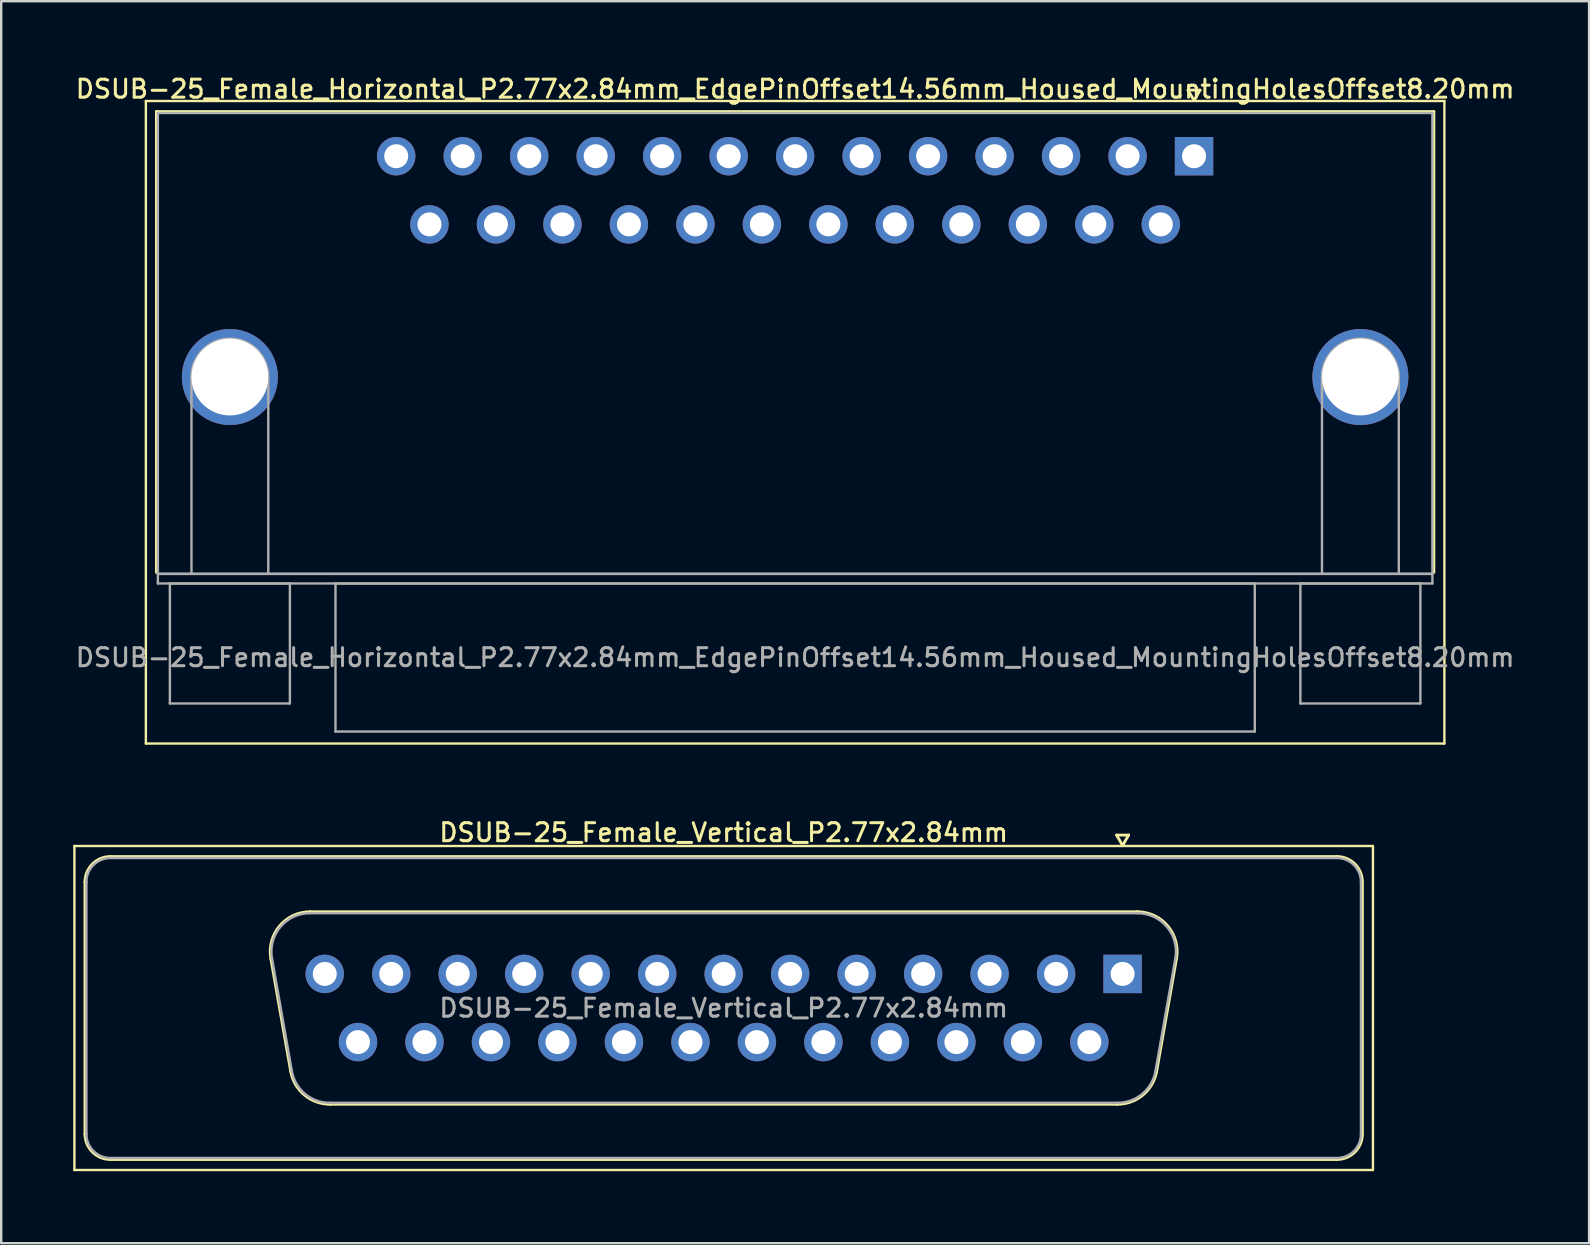
<source format=kicad_pcb>
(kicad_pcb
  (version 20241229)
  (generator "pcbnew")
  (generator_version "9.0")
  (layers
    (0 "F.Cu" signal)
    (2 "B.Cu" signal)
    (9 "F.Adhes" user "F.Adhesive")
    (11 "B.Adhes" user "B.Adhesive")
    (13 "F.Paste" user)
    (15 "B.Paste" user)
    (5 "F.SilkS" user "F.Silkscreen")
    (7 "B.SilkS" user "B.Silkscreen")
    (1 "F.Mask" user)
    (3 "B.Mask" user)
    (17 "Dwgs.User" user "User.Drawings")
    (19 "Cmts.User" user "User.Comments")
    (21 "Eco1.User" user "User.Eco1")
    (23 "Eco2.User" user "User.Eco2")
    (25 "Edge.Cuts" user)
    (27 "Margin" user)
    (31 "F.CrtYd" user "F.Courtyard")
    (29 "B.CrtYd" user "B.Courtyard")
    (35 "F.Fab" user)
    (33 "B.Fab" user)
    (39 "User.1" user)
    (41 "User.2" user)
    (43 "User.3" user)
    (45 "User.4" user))
  (footprint "DSUB-25_Female_Vertical_P2.77x2.84mm"
    (layer "F.Cu")
    (at 43.72 37.526)
    (property "Reference" "DSUB-25_Female_Vertical_P2.77x2.84mm" (at -16.62 -5.89 0) (layer "F.SilkS") (effects (font (size 0.75 0.75) (thickness 0.125))))
    (attr through_hole)
    (fp_line (start -43.67 -5.33) (end -43.67 8.17) (stroke (width 0.1) (type solid)) (layer "F.SilkS"))
    (fp_line (start -43.67 8.17) (end 10.43 8.17) (stroke (width 0.1) (type solid)) (layer "F.SilkS"))
    (fp_line (start -43.23 6.67) (end -43.23 -3.83) (stroke (width 0.12) (type solid)) (layer "F.SilkS"))
    (fp_line (start -42.17 -4.89) (end 8.93 -4.89) (stroke (width 0.12) (type solid)) (layer "F.SilkS"))
    (fp_line (start -35.486 -0.642) (end -34.658 4.058) (stroke (width 0.12) (type solid)) (layer "F.SilkS"))
    (fp_line (start -33.852 -2.59) (end 0.612 -2.59) (stroke (width 0.12) (type solid)) (layer "F.SilkS"))
    (fp_line (start -33.023 5.43) (end -0.217 5.43) (stroke (width 0.12) (type solid)) (layer "F.SilkS"))
    (fp_line (start -0.25 -5.784) (end 0.25 -5.784) (stroke (width 0.12) (type solid)) (layer "F.SilkS"))
    (fp_line (start 0 -5.351) (end -0.25 -5.784) (stroke (width 0.12) (type solid)) (layer "F.SilkS"))
    (fp_line (start 0.25 -5.784) (end 0 -5.351) (stroke (width 0.12) (type solid)) (layer "F.SilkS"))
    (fp_line (start 2.246 -0.642) (end 1.418 4.058) (stroke (width 0.12) (type solid)) (layer "F.SilkS"))
    (fp_line (start 8.93 7.73) (end -42.17 7.73) (stroke (width 0.12) (type solid)) (layer "F.SilkS"))
    (fp_line (start 9.99 -3.83) (end 9.99 6.67) (stroke (width 0.12) (type solid)) (layer "F.SilkS"))
    (fp_line (start 10.43 -5.33) (end -43.67 -5.33) (stroke (width 0.1) (type solid)) (layer "F.SilkS"))
    (fp_line (start 10.43 8.17) (end 10.43 -5.33) (stroke (width 0.1) (type solid)) (layer "F.SilkS"))
    (fp_arc (start -43.23 -3.83) (mid -42.919533 -4.579533) (end -42.17 -4.89) (stroke (width 0.12) (type solid)) (layer "F.SilkS"))
    (fp_arc (start -42.17 7.73) (mid -42.919533 7.419533) (end -43.23 6.67) (stroke (width 0.12) (type solid)) (layer "F.SilkS"))
    (fp_arc (start -35.48647 -0.641744) (mid -35.123323 -1.997027) (end -33.851689 -2.59) (stroke (width 0.12) (type solid)) (layer "F.SilkS"))
    (fp_arc (start -33.022952 5.43) (mid -34.08998 5.041634) (end -34.657733 4.058256) (stroke (width 0.12) (type solid)) (layer "F.SilkS"))
    (fp_arc (start 0.611689 -2.59) (mid 1.883323 -1.997027) (end 2.24647 -0.641744) (stroke (width 0.12) (type solid)) (layer "F.SilkS"))
    (fp_arc (start 1.417733 4.058256) (mid 0.84998 5.041634) (end -0.217048 5.43) (stroke (width 0.12) (type solid)) (layer "F.SilkS"))
    (fp_arc (start 8.93 -4.89) (mid 9.679533 -4.579533) (end 9.99 -3.83) (stroke (width 0.12) (type solid)) (layer "F.SilkS"))
    (fp_arc (start 9.99 6.67) (mid 9.679533 7.419533) (end 8.93 7.73) (stroke (width 0.12) (type solid)) (layer "F.SilkS"))
    (fp_line (start -43.17 6.67) (end -43.17 -3.83) (stroke (width 0.1) (type solid)) (layer "F.Fab"))
    (fp_line (start -42.17 -4.83) (end 8.93 -4.83) (stroke (width 0.1) (type solid)) (layer "F.Fab"))
    (fp_line (start -35.439 -0.652) (end -34.61 4.048) (stroke (width 0.1) (type solid)) (layer "F.Fab"))
    (fp_line (start -33.863 -2.53) (end 0.623 -2.53) (stroke (width 0.1) (type solid)) (layer "F.Fab"))
    (fp_line (start -33.034 5.37) (end -0.206 5.37) (stroke (width 0.1) (type solid)) (layer "F.Fab"))
    (fp_line (start 2.199 -0.652) (end 1.37 4.048) (stroke (width 0.1) (type solid)) (layer "F.Fab"))
    (fp_line (start 8.93 7.67) (end -42.17 7.67) (stroke (width 0.1) (type solid)) (layer "F.Fab"))
    (fp_line (start 9.93 -3.83) (end 9.93 6.67) (stroke (width 0.1) (type solid)) (layer "F.Fab"))
    (fp_arc (start -43.17 -3.83) (mid -42.877107 -4.537107) (end -42.17 -4.83) (stroke (width 0.1) (type solid)) (layer "F.Fab"))
    (fp_arc (start -42.17 7.67) (mid -42.877107 7.377107) (end -43.17 6.67) (stroke (width 0.1) (type solid)) (layer "F.Fab"))
    (fp_arc (start -35.438887 -0.652163) (mid -35.088865 -1.95846) (end -33.863194 -2.53) (stroke (width 0.1) (type solid)) (layer "F.Fab"))
    (fp_arc (start -33.034457 5.37) (mid -34.062918 4.995671) (end -34.61015 4.047837) (stroke (width 0.1) (type solid)) (layer "F.Fab"))
    (fp_arc (start 0.623194 -2.53) (mid 1.848865 -1.95846) (end 2.198887 -0.652163) (stroke (width 0.1) (type solid)) (layer "F.Fab"))
    (fp_arc (start 1.37015 4.047837) (mid 0.822918 4.995671) (end -0.205543 5.37) (stroke (width 0.1) (type solid)) (layer "F.Fab"))
    (fp_arc (start 8.93 -4.83) (mid 9.637107 -4.537107) (end 9.93 -3.83) (stroke (width 0.1) (type solid)) (layer "F.Fab"))
    (fp_arc (start 9.93 6.67) (mid 9.637107 7.377107) (end 8.93 7.67) (stroke (width 0.1) (type solid)) (layer "F.Fab"))
    (fp_text user "${REFERENCE}" (at -16.62 1.42 0) (layer "F.Fab") (effects (font (size 0.75 0.75) (thickness 0.125))))
    (pad "1" thru_hole rect (at 0 0) (size 1.6 1.6) (drill 1) (layers "*.Cu" "*.Mask"))
    (pad "2" thru_hole circle (at -2.77 0) (size 1.6 1.6) (drill 1) (layers "*.Cu" "*.Mask"))
    (pad "3" thru_hole circle (at -5.54 0) (size 1.6 1.6) (drill 1) (layers "*.Cu" "*.Mask"))
    (pad "4" thru_hole circle (at -8.31 0) (size 1.6 1.6) (drill 1) (layers "*.Cu" "*.Mask"))
    (pad "5" thru_hole circle (at -11.08 0) (size 1.6 1.6) (drill 1) (layers "*.Cu" "*.Mask"))
    (pad "6" thru_hole circle (at -13.85 0) (size 1.6 1.6) (drill 1) (layers "*.Cu" "*.Mask"))
    (pad "7" thru_hole circle (at -16.62 0) (size 1.6 1.6) (drill 1) (layers "*.Cu" "*.Mask"))
    (pad "8" thru_hole circle (at -19.39 0) (size 1.6 1.6) (drill 1) (layers "*.Cu" "*.Mask"))
    (pad "9" thru_hole circle (at -22.16 0) (size 1.6 1.6) (drill 1) (layers "*.Cu" "*.Mask"))
    (pad "10" thru_hole circle (at -24.93 0) (size 1.6 1.6) (drill 1) (layers "*.Cu" "*.Mask"))
    (pad "11" thru_hole circle (at -27.7 0) (size 1.6 1.6) (drill 1) (layers "*.Cu" "*.Mask"))
    (pad "12" thru_hole circle (at -30.47 0) (size 1.6 1.6) (drill 1) (layers "*.Cu" "*.Mask"))
    (pad "13" thru_hole circle (at -33.24 0) (size 1.6 1.6) (drill 1) (layers "*.Cu" "*.Mask"))
    (pad "14" thru_hole circle (at -1.385 2.84) (size 1.6 1.6) (drill 1) (layers "*.Cu" "*.Mask"))
    (pad "15" thru_hole circle (at -4.155 2.84) (size 1.6 1.6) (drill 1) (layers "*.Cu" "*.Mask"))
    (pad "16" thru_hole circle (at -6.925 2.84) (size 1.6 1.6) (drill 1) (layers "*.Cu" "*.Mask"))
    (pad "17" thru_hole circle (at -9.695 2.84) (size 1.6 1.6) (drill 1) (layers "*.Cu" "*.Mask"))
    (pad "18" thru_hole circle (at -12.465 2.84) (size 1.6 1.6) (drill 1) (layers "*.Cu" "*.Mask"))
    (pad "19" thru_hole circle (at -15.235 2.84) (size 1.6 1.6) (drill 1) (layers "*.Cu" "*.Mask"))
    (pad "20" thru_hole circle (at -18.005 2.84) (size 1.6 1.6) (drill 1) (layers "*.Cu" "*.Mask"))
    (pad "21" thru_hole circle (at -20.775 2.84) (size 1.6 1.6) (drill 1) (layers "*.Cu" "*.Mask"))
    (pad "22" thru_hole circle (at -23.545 2.84) (size 1.6 1.6) (drill 1) (layers "*.Cu" "*.Mask"))
    (pad "23" thru_hole circle (at -26.315 2.84) (size 1.6 1.6) (drill 1) (layers "*.Cu" "*.Mask"))
    (pad "24" thru_hole circle (at -29.085 2.84) (size 1.6 1.6) (drill 1) (layers "*.Cu" "*.Mask"))
    (pad "25" thru_hole circle (at -31.855 2.84) (size 1.6 1.6) (drill 1) (layers "*.Cu" "*.Mask")))
  (footprint "DSUB-25_Female_Horizontal_P2.77x2.84mm_EdgePinOffset14.56mm_Housed_MountingHolesOffset8.20mm"
    (layer "F.Cu")
    (at 46.697 3.458)
    (property "Reference" "DSUB-25_Female_Horizontal_P2.77x2.84mm_EdgePinOffset14.56mm_Housed_MountingHolesOffset8.20mm" (at -16.62 -2.8 0) (layer "F.SilkS") (effects (font (size 0.75 0.75) (thickness 0.125))))
    (attr through_hole)
    (fp_line (start -43.67 -2.3) (end -43.67 24.47) (stroke (width 0.1) (type solid)) (layer "F.SilkS"))
    (fp_line (start -43.67 24.47) (end 10.43 24.47) (stroke (width 0.1) (type solid)) (layer "F.SilkS"))
    (fp_line (start -43.23 -1.86) (end 9.99 -1.86) (stroke (width 0.12) (type solid)) (layer "F.SilkS"))
    (fp_line (start -43.23 17.34) (end -43.23 -1.86) (stroke (width 0.12) (type solid)) (layer "F.SilkS"))
    (fp_line (start -0.25 -2.754) (end 0.25 -2.754) (stroke (width 0.12) (type solid)) (layer "F.SilkS"))
    (fp_line (start 0 -2.321) (end -0.25 -2.754) (stroke (width 0.12) (type solid)) (layer "F.SilkS"))
    (fp_line (start 0.25 -2.754) (end 0 -2.321) (stroke (width 0.12) (type solid)) (layer "F.SilkS"))
    (fp_line (start 9.99 -1.86) (end 9.99 17.34) (stroke (width 0.12) (type solid)) (layer "F.SilkS"))
    (fp_line (start 10.43 -2.3) (end -43.67 -2.3) (stroke (width 0.1) (type solid)) (layer "F.SilkS"))
    (fp_line (start 10.43 24.47) (end 10.43 -2.3) (stroke (width 0.1) (type solid)) (layer "F.SilkS"))
    (fp_line (start -43.17 -1.8) (end -43.17 17.4) (stroke (width 0.1) (type solid)) (layer "F.Fab"))
    (fp_line (start -43.17 17.4) (end -43.17 17.8) (stroke (width 0.1) (type solid)) (layer "F.Fab"))
    (fp_line (start -43.17 17.4) (end 9.93 17.4) (stroke (width 0.1) (type solid)) (layer "F.Fab"))
    (fp_line (start -43.17 17.8) (end 9.93 17.8) (stroke (width 0.1) (type solid)) (layer "F.Fab"))
    (fp_line (start -42.67 17.8) (end -42.67 22.8) (stroke (width 0.1) (type solid)) (layer "F.Fab"))
    (fp_line (start -42.67 22.8) (end -37.67 22.8) (stroke (width 0.1) (type solid)) (layer "F.Fab"))
    (fp_line (start -41.77 17.4) (end -41.77 9.2) (stroke (width 0.1) (type solid)) (layer "F.Fab"))
    (fp_line (start -38.57 17.4) (end -38.57 9.2) (stroke (width 0.1) (type solid)) (layer "F.Fab"))
    (fp_line (start -37.67 17.8) (end -42.67 17.8) (stroke (width 0.1) (type solid)) (layer "F.Fab"))
    (fp_line (start -37.67 22.8) (end -37.67 17.8) (stroke (width 0.1) (type solid)) (layer "F.Fab"))
    (fp_line (start -35.77 17.8) (end -35.77 23.97) (stroke (width 0.1) (type solid)) (layer "F.Fab"))
    (fp_line (start -35.77 23.97) (end 2.53 23.97) (stroke (width 0.1) (type solid)) (layer "F.Fab"))
    (fp_line (start 2.53 17.8) (end -35.77 17.8) (stroke (width 0.1) (type solid)) (layer "F.Fab"))
    (fp_line (start 2.53 23.97) (end 2.53 17.8) (stroke (width 0.1) (type solid)) (layer "F.Fab"))
    (fp_line (start 4.43 17.8) (end 4.43 22.8) (stroke (width 0.1) (type solid)) (layer "F.Fab"))
    (fp_line (start 4.43 22.8) (end 9.43 22.8) (stroke (width 0.1) (type solid)) (layer "F.Fab"))
    (fp_line (start 5.33 17.4) (end 5.33 9.2) (stroke (width 0.1) (type solid)) (layer "F.Fab"))
    (fp_line (start 8.53 17.4) (end 8.53 9.2) (stroke (width 0.1) (type solid)) (layer "F.Fab"))
    (fp_line (start 9.43 17.8) (end 4.43 17.8) (stroke (width 0.1) (type solid)) (layer "F.Fab"))
    (fp_line (start 9.43 22.8) (end 9.43 17.8) (stroke (width 0.1) (type solid)) (layer "F.Fab"))
    (fp_line (start 9.93 -1.8) (end -43.17 -1.8) (stroke (width 0.1) (type solid)) (layer "F.Fab"))
    (fp_line (start 9.93 17.4) (end -43.17 17.4) (stroke (width 0.1) (type solid)) (layer "F.Fab"))
    (fp_line (start 9.93 17.4) (end 9.93 -1.8) (stroke (width 0.1) (type solid)) (layer "F.Fab"))
    (fp_line (start 9.93 17.8) (end 9.93 17.4) (stroke (width 0.1) (type solid)) (layer "F.Fab"))
    (fp_arc (start -41.77 9.2) (mid -40.17 7.6) (end -38.57 9.2) (stroke (width 0.1) (type solid)) (layer "F.Fab"))
    (fp_arc (start 5.33 9.2) (mid 6.93 7.6) (end 8.53 9.2) (stroke (width 0.1) (type solid)) (layer "F.Fab"))
    (fp_text user "${REFERENCE}" (at -16.62 20.885 0) (layer "F.Fab") (effects (font (size 0.75 0.75) (thickness 0.125))))
    (pad "0" thru_hole circle (at -40.17 9.2) (size 4 4) (drill 3.2) (layers "*.Cu" "*.Mask"))
    (pad "0" thru_hole circle (at 6.93 9.2) (size 4 4) (drill 3.2) (layers "*.Cu" "*.Mask"))
    (pad "1" thru_hole rect (at 0 0) (size 1.6 1.6) (drill 1) (layers "*.Cu" "*.Mask"))
    (pad "2" thru_hole circle (at -2.77 0) (size 1.6 1.6) (drill 1) (layers "*.Cu" "*.Mask"))
    (pad "3" thru_hole circle (at -5.54 0) (size 1.6 1.6) (drill 1) (layers "*.Cu" "*.Mask"))
    (pad "4" thru_hole circle (at -8.31 0) (size 1.6 1.6) (drill 1) (layers "*.Cu" "*.Mask"))
    (pad "5" thru_hole circle (at -11.08 0) (size 1.6 1.6) (drill 1) (layers "*.Cu" "*.Mask"))
    (pad "6" thru_hole circle (at -13.85 0) (size 1.6 1.6) (drill 1) (layers "*.Cu" "*.Mask"))
    (pad "7" thru_hole circle (at -16.62 0) (size 1.6 1.6) (drill 1) (layers "*.Cu" "*.Mask"))
    (pad "8" thru_hole circle (at -19.39 0) (size 1.6 1.6) (drill 1) (layers "*.Cu" "*.Mask"))
    (pad "9" thru_hole circle (at -22.16 0) (size 1.6 1.6) (drill 1) (layers "*.Cu" "*.Mask"))
    (pad "10" thru_hole circle (at -24.93 0) (size 1.6 1.6) (drill 1) (layers "*.Cu" "*.Mask"))
    (pad "11" thru_hole circle (at -27.7 0) (size 1.6 1.6) (drill 1) (layers "*.Cu" "*.Mask"))
    (pad "12" thru_hole circle (at -30.47 0) (size 1.6 1.6) (drill 1) (layers "*.Cu" "*.Mask"))
    (pad "13" thru_hole circle (at -33.24 0) (size 1.6 1.6) (drill 1) (layers "*.Cu" "*.Mask"))
    (pad "14" thru_hole circle (at -1.385 2.84) (size 1.6 1.6) (drill 1) (layers "*.Cu" "*.Mask"))
    (pad "15" thru_hole circle (at -4.155 2.84) (size 1.6 1.6) (drill 1) (layers "*.Cu" "*.Mask"))
    (pad "16" thru_hole circle (at -6.925 2.84) (size 1.6 1.6) (drill 1) (layers "*.Cu" "*.Mask"))
    (pad "17" thru_hole circle (at -9.695 2.84) (size 1.6 1.6) (drill 1) (layers "*.Cu" "*.Mask"))
    (pad "18" thru_hole circle (at -12.465 2.84) (size 1.6 1.6) (drill 1) (layers "*.Cu" "*.Mask"))
    (pad "19" thru_hole circle (at -15.235 2.84) (size 1.6 1.6) (drill 1) (layers "*.Cu" "*.Mask"))
    (pad "20" thru_hole circle (at -18.005 2.84) (size 1.6 1.6) (drill 1) (layers "*.Cu" "*.Mask"))
    (pad "21" thru_hole circle (at -20.775 2.84) (size 1.6 1.6) (drill 1) (layers "*.Cu" "*.Mask"))
    (pad "22" thru_hole circle (at -23.545 2.84) (size 1.6 1.6) (drill 1) (layers "*.Cu" "*.Mask"))
    (pad "23" thru_hole circle (at -26.315 2.84) (size 1.6 1.6) (drill 1) (layers "*.Cu" "*.Mask"))
    (pad "24" thru_hole circle (at -29.085 2.84) (size 1.6 1.6) (drill 1) (layers "*.Cu" "*.Mask"))
    (pad "25" thru_hole circle (at -31.855 2.84) (size 1.6 1.6) (drill 1) (layers "*.Cu" "*.Mask")))
  (gr_rect
    (start -3 -3)
    (end 63.154 48.746)
    (stroke (width 0.1) (type default))
    (fill no)
    (layer "Edge.Cuts")))
</source>
